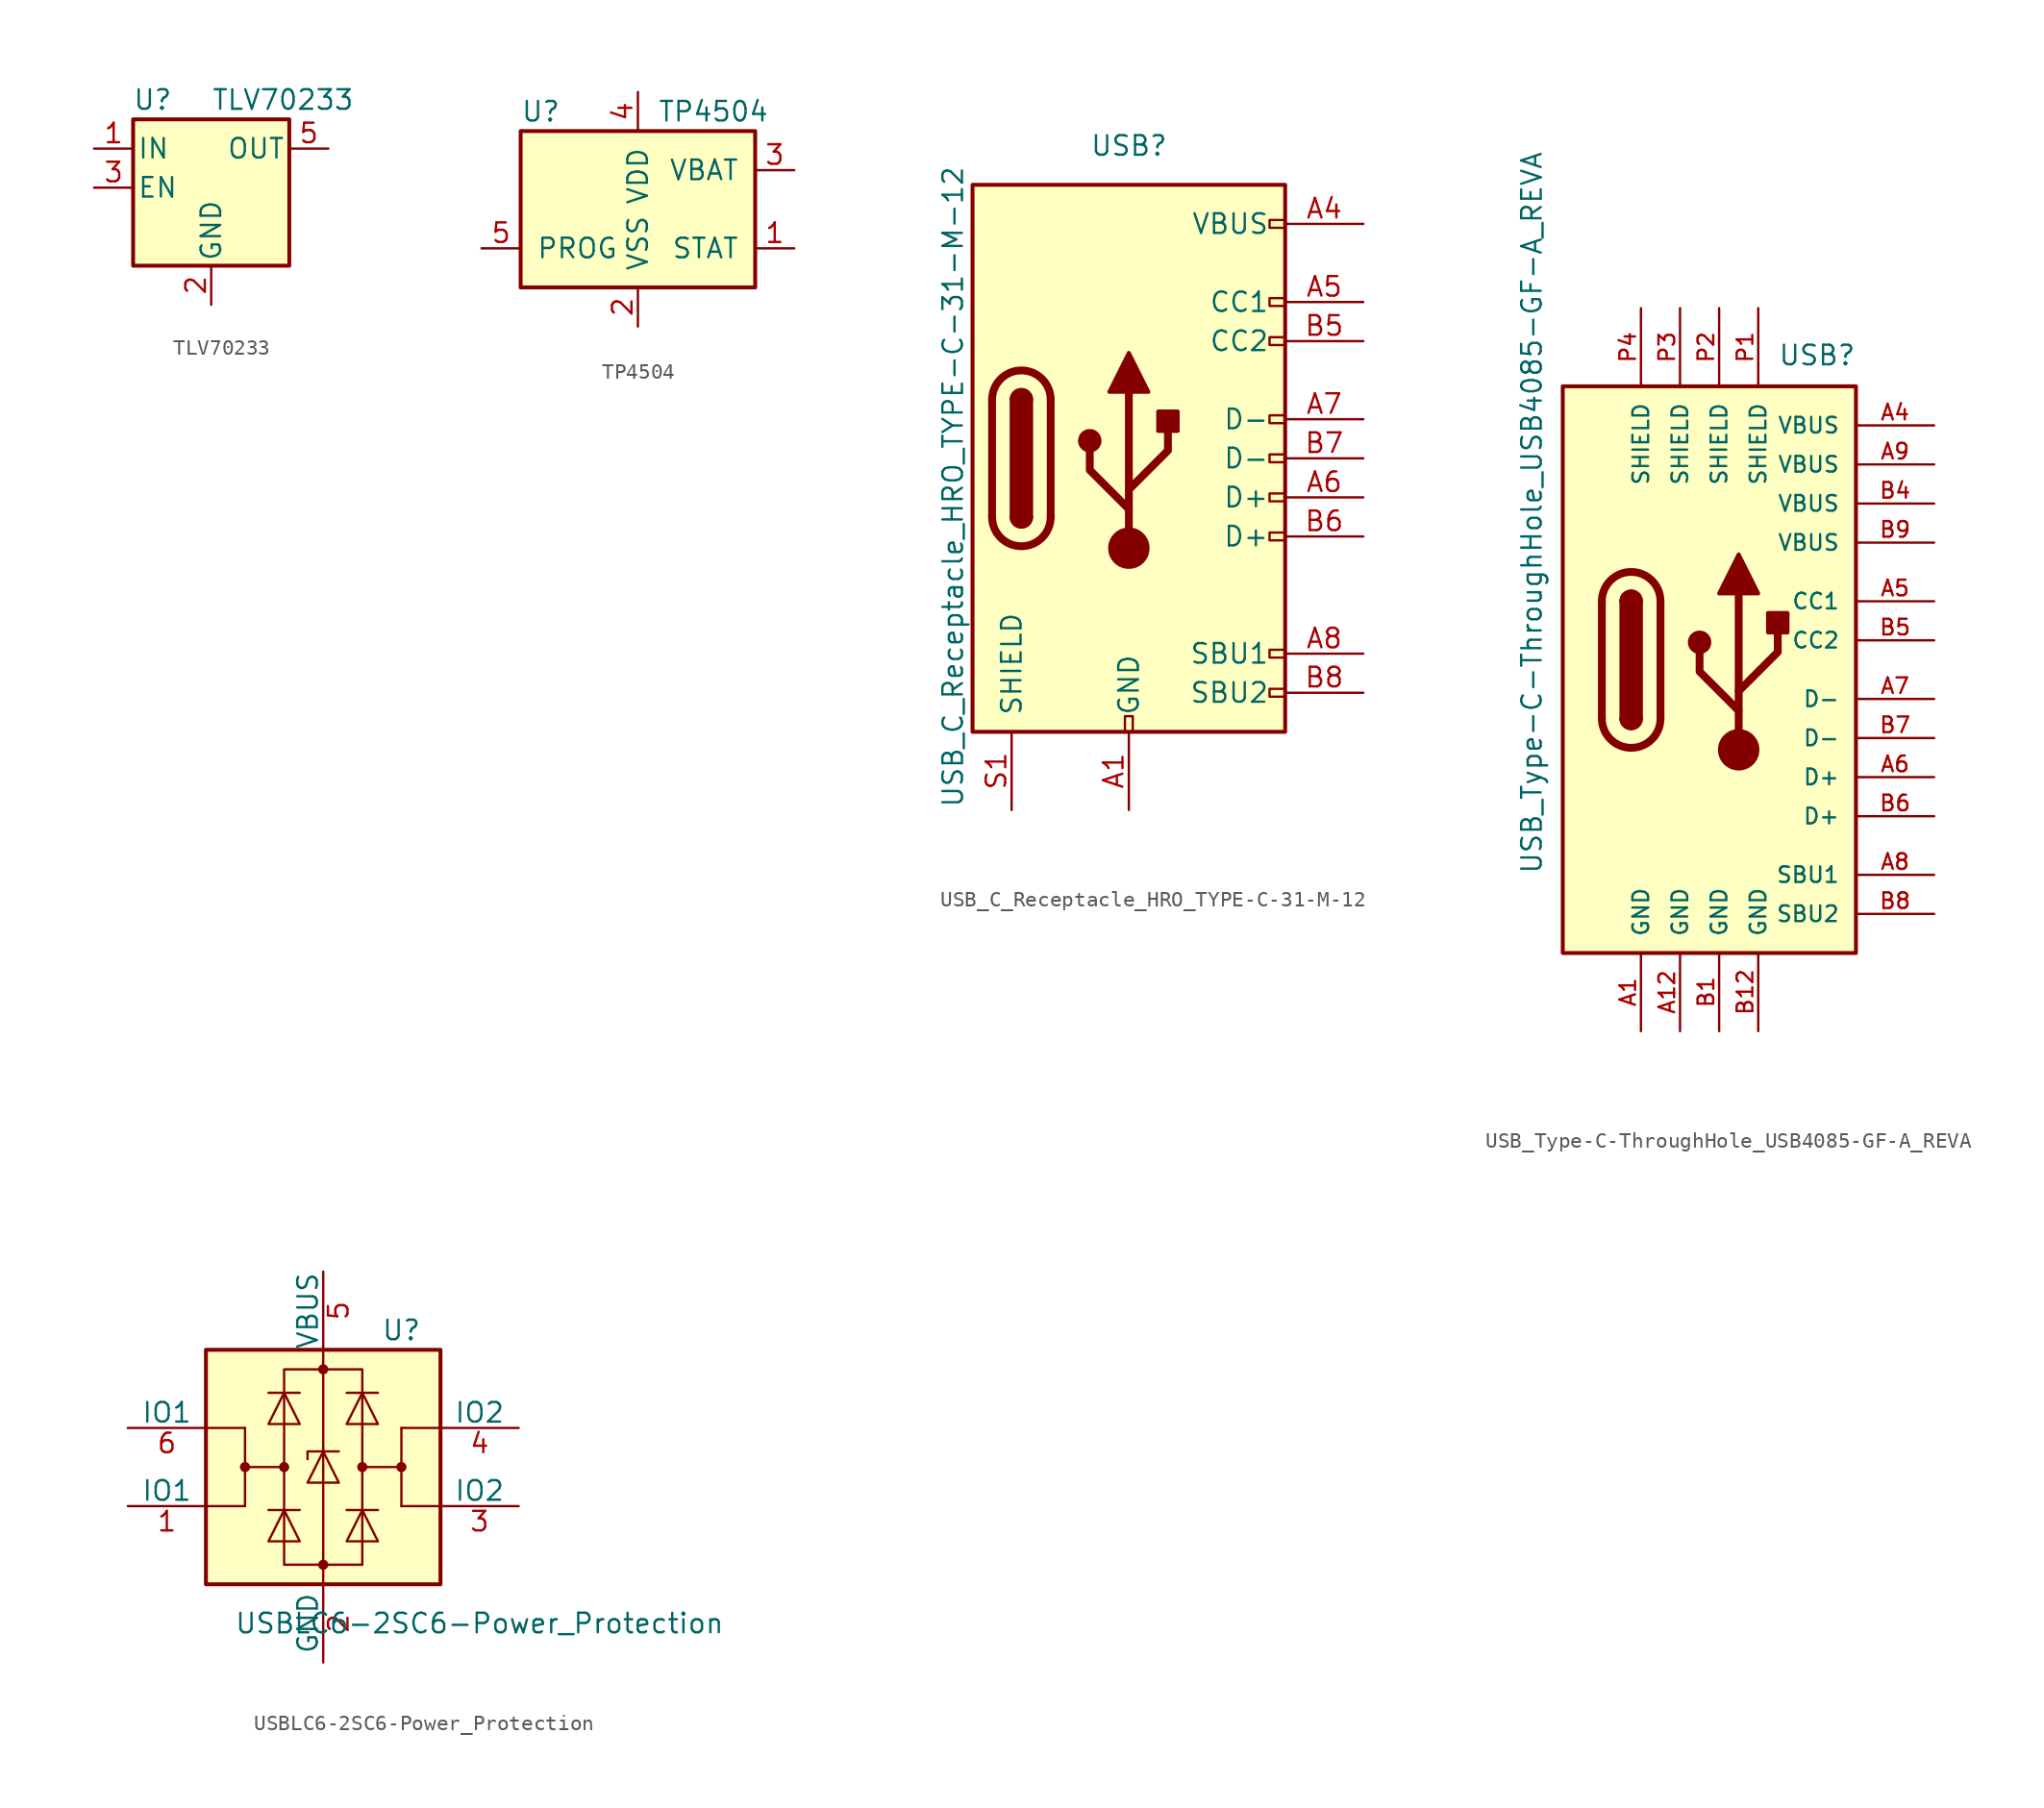
<source format=kicad_sym>
(kicad_symbol_lib
  (version 20201005)
  (generator kicad_symbol_editor)
  (symbol "arisutea-stm32:TLV70233"
    (pin_names
      (offset 0.254))
    (property "Reference" "U"
      (at -3.81 5.715 0)
      (effects (font (size 1.27 1.27))))
    (property "Value" "TLV70233"
      (at 0 5.715 0)
      (effects (font (size 1.27 1.27)) (justify left)))
    (symbol "TLV70233_0_1"
      (rectangle (start -5.08 4.445) (end 5.08 -5.08) (stroke (width 0.254)) (fill (type background))))
    (symbol "TLV70233_1_1"
      (pin power_in line (at -7.62 2.54 0) (length 2.54) (name "IN" (effects (font (size 1.27 1.27)))) (number "1" (effects (font (size 1.27 1.27)))))
      (pin power_in line (at 0 -7.62 90) (length 2.54) (name "GND" (effects (font (size 1.27 1.27)))) (number "2" (effects (font (size 1.27 1.27)))))
      (pin input line (at -7.62 0 0) (length 2.54) (name "EN" (effects (font (size 1.27 1.27)))) (number "3" (effects (font (size 1.27 1.27)))))
      (pin no_connect line (at 7.62 0 180) (length 2.54) hide (name "NC" (effects (font (size 1.27 1.27)))) (number "4" (effects (font (size 1.27 1.27)))))
      (pin power_out line (at 7.62 2.54 180) (length 2.54) (name "OUT" (effects (font (size 1.27 1.27)))) (number "5" (effects (font (size 1.27 1.27)))))))
  (symbol "arisutea-stm32:TP4504"
    (pin_names
      (offset 1.016))
    (property "Reference" "U"
      (at -7.62 6.35 0)
      (effects (font (size 1.27 1.27)) (justify left)))
    (property "Value" "TP4504"
      (at 1.27 6.35 0)
      (effects (font (size 1.27 1.27)) (justify left)))
    (symbol "TP4504_0_1"
      (rectangle (start -7.62 5.08) (end 7.62 -5.08) (stroke (width 0.254)) (fill (type background))))
    (symbol "TP4504_1_1"
      (pin output line (at 10.16 -2.54 180) (length 2.54) (name "STAT" (effects (font (size 1.27 1.27)))) (number "1" (effects (font (size 1.27 1.27)))))
      (pin power_in line (at 0 -7.62 90) (length 2.54) (name "VSS" (effects (font (size 1.27 1.27)))) (number "2" (effects (font (size 1.27 1.27)))))
      (pin power_out line (at 10.16 2.54 180) (length 2.54) (name "VBAT" (effects (font (size 1.27 1.27)))) (number "3" (effects (font (size 1.27 1.27)))))
      (pin power_in line (at 0 7.62 270) (length 2.54) (name "VDD" (effects (font (size 1.27 1.27)))) (number "4" (effects (font (size 1.27 1.27)))))
      (pin input line (at -10.16 -2.54 0) (length 2.54) (name "PROG" (effects (font (size 1.27 1.27)))) (number "5" (effects (font (size 1.27 1.27)))))))
  (symbol "arisutea-stm32:USB_C_Receptacle_HRO_TYPE-C-31-M-12"
    (pin_names
      (offset 1.016))
    (property "Reference" "USB"
      (at -2.54 20.32 0)
      (effects (font (size 1.27 1.27)) (justify left)))
    (property "Value" "USB_C_Receptacle_HRO_TYPE-C-31-M-12"
      (at -11.43 19.05 90)
      (effects (font (size 1.27 1.27)) (justify right)))
    (symbol "USB_C_Receptacle_HRO_TYPE-C-31-M-12_0_0"
      (rectangle (start -0.254 -17.78) (end 0.254 -16.764) (stroke (width 0)) (fill (type none)))
      (rectangle (start 10.16 -14.986) (end 9.144 -15.494) (stroke (width 0)) (fill (type none)))
      (rectangle (start 10.16 -12.446) (end 9.144 -12.954) (stroke (width 0)) (fill (type none)))
      (rectangle (start 10.16 -4.826) (end 9.144 -5.334) (stroke (width 0)) (fill (type none)))
      (rectangle (start 10.16 -2.286) (end 9.144 -2.794) (stroke (width 0)) (fill (type none)))
      (rectangle (start 10.16 0.254) (end 9.144 -0.254) (stroke (width 0)) (fill (type none)))
      (rectangle (start 10.16 2.794) (end 9.144 2.286) (stroke (width 0)) (fill (type none)))
      (rectangle (start 10.16 7.874) (end 9.144 7.366) (stroke (width 0)) (fill (type none)))
      (rectangle (start 10.16 10.414) (end 9.144 9.906) (stroke (width 0)) (fill (type none)))
      (rectangle (start 10.16 15.494) (end 9.144 14.986) (stroke (width 0)) (fill (type none))))
    (symbol "USB_C_Receptacle_HRO_TYPE-C-31-M-12_0_1"
      (arc (start -8.89 -3.81) (end -5.08 -3.81) (radius (at -6.985 -3.81) (length 1.905) (angles -179.9 -0.1)) (stroke (width 0.508)) (fill (type none)))
      (arc (start -7.62 -3.81) (end -6.35 -3.81) (radius (at -6.985 -3.81) (length 0.635) (angles -179.9 -0.1)) (stroke (width 0.254)) (fill (type none)))
      (arc (start -6.35 3.81) (end -7.62 3.81) (radius (at -6.985 3.81) (length 0.635) (angles 0.1 179.9)) (stroke (width 0.254)) (fill (type none)))
      (arc (start -5.08 3.81) (end -8.89 3.81) (radius (at -6.985 3.81) (length 1.905) (angles 0.1 179.9)) (stroke (width 0.508)) (fill (type none)))
      (arc (start -7.62 -3.81) (end -6.35 -3.81) (radius (at -6.985 -3.81) (length 0.635) (angles -179.9 -0.1)) (stroke (width 0.254)) (fill (type outline)))
      (arc (start -6.35 3.81) (end -7.62 3.81) (radius (at -6.985 3.81) (length 0.635) (angles 0.1 179.9)) (stroke (width 0.254)) (fill (type outline)))
      (circle (center -2.54 1.143) (radius 0.635) (stroke (width 0.254)) (fill (type outline)))
      (circle (center 0 -5.842) (radius 1.27) (stroke (width 0)) (fill (type outline)))
      (rectangle (start -7.62 -3.81) (end -6.35 3.81) (stroke (width 0.254)) (fill (type outline)))
      (rectangle (start 1.905 1.778) (end 3.175 3.048) (stroke (width 0.254)) (fill (type outline)))
      (rectangle (start -10.16 17.78) (end 10.16 -17.78) (stroke (width 0.254)) (fill (type background)))
      (polyline (pts (xy -8.89 -3.81) (xy -8.89 3.81)) (stroke (width 0.508)) (fill (type none)))
      (polyline (pts (xy -5.08 3.81) (xy -5.08 -3.81)) (stroke (width 0.508)) (fill (type none)))
      (polyline (pts (xy 0 -5.842) (xy 0 4.318)) (stroke (width 0.508)) (fill (type none)))
      (polyline (pts (xy 0 -3.302) (xy -2.54 -0.762) (xy -2.54 0.508)) (stroke (width 0.508)) (fill (type none)))
      (polyline (pts (xy 0 -2.032) (xy 2.54 0.508) (xy 2.54 1.778)) (stroke (width 0.508)) (fill (type none)))
      (polyline (pts (xy -1.27 4.318) (xy 0 6.858) (xy 1.27 4.318) (xy -1.27 4.318)) (stroke (width 0.254)) (fill (type outline))))
    (symbol "USB_C_Receptacle_HRO_TYPE-C-31-M-12_1_1"
      (pin power_out line (at 0 -22.86 90) (length 5.08) (name "GND" (effects (font (size 1.27 1.27)))) (number "A1" (effects (font (size 1.27 1.27)))))
      (pin passive line (at 0 -22.86 90) (length 5.08) hide (name "GND" (effects (font (size 1.27 1.27)))) (number "A12" (effects (font (size 1.27 1.27)))))
      (pin power_out line (at 15.24 15.24 180) (length 5.08) (name "VBUS" (effects (font (size 1.27 1.27)))) (number "A4" (effects (font (size 1.27 1.27)))))
      (pin bidirectional line (at 15.24 10.16 180) (length 5.08) (name "CC1" (effects (font (size 1.27 1.27)))) (number "A5" (effects (font (size 1.27 1.27)))))
      (pin bidirectional line (at 15.24 -2.54 180) (length 5.08) (name "D+" (effects (font (size 1.27 1.27)))) (number "A6" (effects (font (size 1.27 1.27)))))
      (pin bidirectional line (at 15.24 2.54 180) (length 5.08) (name "D-" (effects (font (size 1.27 1.27)))) (number "A7" (effects (font (size 1.27 1.27)))))
      (pin bidirectional line (at 15.24 -12.7 180) (length 5.08) (name "SBU1" (effects (font (size 1.27 1.27)))) (number "A8" (effects (font (size 1.27 1.27)))))
      (pin passive line (at 15.24 15.24 180) (length 5.08) hide (name "VBUS" (effects (font (size 1.27 1.27)))) (number "A9" (effects (font (size 1.27 1.27)))))
      (pin bidirectional line (at 15.24 7.62 180) (length 5.08) (name "CC2" (effects (font (size 1.27 1.27)))) (number "B5" (effects (font (size 1.27 1.27)))))
      (pin bidirectional line (at 15.24 -5.08 180) (length 5.08) (name "D+" (effects (font (size 1.27 1.27)))) (number "B6" (effects (font (size 1.27 1.27)))))
      (pin bidirectional line (at 15.24 0 180) (length 5.08) (name "D-" (effects (font (size 1.27 1.27)))) (number "B7" (effects (font (size 1.27 1.27)))))
      (pin bidirectional line (at 15.24 -15.24 180) (length 5.08) (name "SBU2" (effects (font (size 1.27 1.27)))) (number "B8" (effects (font (size 1.27 1.27)))))
      (pin passive line (at -7.62 -22.86 90) (length 5.08) (name "SHIELD" (effects (font (size 1.27 1.27)))) (number "S1" (effects (font (size 1.27 1.27)))))))
  (symbol "arisutea-stm32:USB_Type-C-ThroughHole_USB4085-GF-A_REVA"
    (pin_names
      (offset 1.016))
    (property "Reference" "USB"
      (at 5.08 19.05 0)
      (effects (font (size 1.27 1.27)) (justify left bottom)))
    (property "Value" "USB_Type-C-ThroughHole_USB4085-GF-A_REVA"
      (at -10.16 -13.97 90)
      (effects (font (size 1.27 1.27)) (justify left bottom)))
    (symbol "USB_Type-C-ThroughHole_USB4085-GF-A_REVA_0_0"
      (rectangle (start -8.89 -19.05) (end 10.16 17.78) (stroke (width 0.254)) (fill (type background)))
      (pin power_out line (at -3.81 -24.13 90) (length 5.08) (name "GND" (effects (font (size 1.016 1.016)))) (number "A1" (effects (font (size 1.016 1.016)))))
      (pin power_out line (at -1.27 -24.13 90) (length 5.08) (name "GND" (effects (font (size 1.016 1.016)))) (number "A12" (effects (font (size 1.016 1.016)))))
      (pin power_out line (at 15.24 15.24 180) (length 5.08) (name "VBUS" (effects (font (size 1.016 1.016)))) (number "A4" (effects (font (size 1.016 1.016)))))
      (pin bidirectional line (at 15.24 3.81 180) (length 5.08) (name "CC1" (effects (font (size 1.016 1.016)))) (number "A5" (effects (font (size 1.016 1.016)))))
      (pin bidirectional line (at 15.24 -7.62 180) (length 5.08) (name "D+" (effects (font (size 1.016 1.016)))) (number "A6" (effects (font (size 1.016 1.016)))))
      (pin bidirectional line (at 15.24 -2.54 180) (length 5.08) (name "D-" (effects (font (size 1.016 1.016)))) (number "A7" (effects (font (size 1.016 1.016)))))
      (pin bidirectional line (at 15.24 -13.97 180) (length 5.08) (name "SBU1" (effects (font (size 1.016 1.016)))) (number "A8" (effects (font (size 1.016 1.016)))))
      (pin power_out line (at 15.24 12.7 180) (length 5.08) (name "VBUS" (effects (font (size 1.016 1.016)))) (number "A9" (effects (font (size 1.016 1.016)))))
      (pin power_out line (at 1.27 -24.13 90) (length 5.08) (name "GND" (effects (font (size 1.016 1.016)))) (number "B1" (effects (font (size 1.016 1.016)))))
      (pin power_out line (at 3.81 -24.13 90) (length 5.08) (name "GND" (effects (font (size 1.016 1.016)))) (number "B12" (effects (font (size 1.016 1.016)))))
      (pin power_out line (at 15.24 10.16 180) (length 5.08) (name "VBUS" (effects (font (size 1.016 1.016)))) (number "B4" (effects (font (size 1.016 1.016)))))
      (pin bidirectional line (at 15.24 1.27 180) (length 5.08) (name "CC2" (effects (font (size 1.016 1.016)))) (number "B5" (effects (font (size 1.016 1.016)))))
      (pin bidirectional line (at 15.24 -10.16 180) (length 5.08) (name "D+" (effects (font (size 1.016 1.016)))) (number "B6" (effects (font (size 1.016 1.016)))))
      (pin bidirectional line (at 15.24 -5.08 180) (length 5.08) (name "D-" (effects (font (size 1.016 1.016)))) (number "B7" (effects (font (size 1.016 1.016)))))
      (pin bidirectional line (at 15.24 -16.51 180) (length 5.08) (name "SBU2" (effects (font (size 1.016 1.016)))) (number "B8" (effects (font (size 1.016 1.016)))))
      (pin power_out line (at 15.24 7.62 180) (length 5.08) (name "VBUS" (effects (font (size 1.016 1.016)))) (number "B9" (effects (font (size 1.016 1.016)))))
      (pin passive line (at 3.81 22.86 270) (length 5.08) (name "SHIELD" (effects (font (size 1.016 1.016)))) (number "P1" (effects (font (size 1.016 1.016)))))
      (pin passive line (at 1.27 22.86 270) (length 5.08) (name "SHIELD" (effects (font (size 1.016 1.016)))) (number "P2" (effects (font (size 1.016 1.016)))))
      (pin passive line (at -1.27 22.86 270) (length 5.08) (name "SHIELD" (effects (font (size 1.016 1.016)))) (number "P3" (effects (font (size 1.016 1.016)))))
      (pin passive line (at -3.81 22.86 270) (length 5.08) (name "SHIELD" (effects (font (size 1.016 1.016)))) (number "P4" (effects (font (size 1.016 1.016))))))
    (symbol "USB_Type-C-ThroughHole_USB4085-GF-A_REVA_1_1"
      (arc (start -6.35 -3.81) (end -2.54 -3.81) (radius (at -4.445 -3.81) (length 1.905) (angles -179.9 -0.1)) (stroke (width 0.508)) (fill (type none)))
      (arc (start -5.08 -3.81) (end -3.81 -3.81) (radius (at -4.445 -3.81) (length 0.635) (angles -179.9 -0.1)) (stroke (width 0.254)) (fill (type none)))
      (arc (start -3.81 3.81) (end -5.08 3.81) (radius (at -4.445 3.81) (length 0.635) (angles 0.1 179.9)) (stroke (width 0.254)) (fill (type none)))
      (arc (start -2.54 3.81) (end -6.35 3.81) (radius (at -4.445 3.81) (length 1.905) (angles 0.1 179.9)) (stroke (width 0.508)) (fill (type none)))
      (arc (start -5.08 -3.81) (end -3.81 -3.81) (radius (at -4.445 -3.81) (length 0.635) (angles -179.9 -0.1)) (stroke (width 0.254)) (fill (type outline)))
      (arc (start -3.81 3.81) (end -5.08 3.81) (radius (at -4.445 3.81) (length 0.635) (angles 0.1 179.9)) (stroke (width 0.254)) (fill (type outline)))
      (circle (center 0 1.143) (radius 0.635) (stroke (width 0.254)) (fill (type outline)))
      (circle (center 2.54 -5.842) (radius 1.27) (stroke (width 0)) (fill (type outline)))
      (rectangle (start -5.08 -3.81) (end -3.81 3.81) (stroke (width 0.254)) (fill (type outline)))
      (rectangle (start 4.445 1.778) (end 5.715 3.048) (stroke (width 0.254)) (fill (type outline)))
      (polyline (pts (xy -6.35 -3.81) (xy -6.35 3.81)) (stroke (width 0.508)) (fill (type none)))
      (polyline (pts (xy -2.54 3.81) (xy -2.54 -3.81)) (stroke (width 0.508)) (fill (type none)))
      (polyline (pts (xy 2.54 -5.842) (xy 2.54 4.318)) (stroke (width 0.508)) (fill (type none)))
      (polyline (pts (xy 2.54 -3.302) (xy 0 -0.762) (xy 0 0.508)) (stroke (width 0.508)) (fill (type none)))
      (polyline (pts (xy 2.54 -2.032) (xy 5.08 0.508) (xy 5.08 1.778)) (stroke (width 0.508)) (fill (type none)))
      (polyline (pts (xy 1.27 4.318) (xy 2.54 6.858) (xy 3.81 4.318) (xy 1.27 4.318)) (stroke (width 0.254)) (fill (type outline)))))
  (symbol "arisutea-stm32:USBLC6-2SC6-Power_Protection"
    (pin_names
      (offset 0))
    (property "Reference" "U"
      (at 5.08 8.89 0)
      (effects (font (size 1.27 1.27))))
    (property "Value" "USBLC6-2SC6-Power_Protection"
      (at 10.16 -10.16 0)
      (effects (font (size 1.27 1.27))))
    (symbol "USBLC6-2SC6-Power_Protection_0_1"
      (circle (center -5.08 0) (radius 0.254) (stroke (width 0)) (fill (type outline)))
      (circle (center -2.54 0) (radius 0.254) (stroke (width 0)) (fill (type outline)))
      (circle (center 0 -6.35) (radius 0.254) (stroke (width 0)) (fill (type outline)))
      (circle (center 0 6.35) (radius 0.254) (stroke (width 0)) (fill (type outline)))
      (circle (center 2.54 0) (radius 0.254) (stroke (width 0)) (fill (type outline)))
      (circle (center 5.08 0) (radius 0.254) (stroke (width 0)) (fill (type outline)))
      (rectangle (start -2.54 6.35) (end 2.54 -6.35) (stroke (width 0)) (fill (type none)))
      (rectangle (start -7.62 -7.62) (end 7.62 7.62) (stroke (width 0.254)) (fill (type background)))
      (polyline (pts (xy -5.08 -2.54) (xy -7.62 -2.54)) (stroke (width 0)) (fill (type none)))
      (polyline (pts (xy -5.08 0) (xy -5.08 -2.54)) (stroke (width 0)) (fill (type none)))
      (polyline (pts (xy -5.08 2.54) (xy -7.62 2.54)) (stroke (width 0)) (fill (type none)))
      (polyline (pts (xy -1.524 -2.794) (xy -3.556 -2.794)) (stroke (width 0)) (fill (type none)))
      (polyline (pts (xy -1.524 4.826) (xy -3.556 4.826)) (stroke (width 0)) (fill (type none)))
      (polyline (pts (xy 0 -7.62) (xy 0 -6.35)) (stroke (width 0)) (fill (type none)))
      (polyline (pts (xy 0 -6.35) (xy 0 1.27)) (stroke (width 0)) (fill (type none)))
      (polyline (pts (xy 0 1.27) (xy 0 6.35)) (stroke (width 0)) (fill (type none)))
      (polyline (pts (xy 0 6.35) (xy 0 7.62)) (stroke (width 0)) (fill (type none)))
      (polyline (pts (xy 1.524 -2.794) (xy 3.556 -2.794)) (stroke (width 0)) (fill (type none)))
      (polyline (pts (xy 1.524 4.826) (xy 3.556 4.826)) (stroke (width 0)) (fill (type none)))
      (polyline (pts (xy 5.08 -2.54) (xy 7.62 -2.54)) (stroke (width 0)) (fill (type none)))
      (polyline (pts (xy 5.08 0) (xy 5.08 -2.54)) (stroke (width 0)) (fill (type none)))
      (polyline (pts (xy 5.08 2.54) (xy 7.62 2.54)) (stroke (width 0)) (fill (type none)))
      (polyline (pts (xy -2.54 0) (xy -5.08 0) (xy -5.08 2.54)) (stroke (width 0)) (fill (type none)))
      (polyline (pts (xy 2.54 0) (xy 5.08 0) (xy 5.08 2.54)) (stroke (width 0)) (fill (type none)))
      (polyline (pts (xy -3.556 -4.826) (xy -1.524 -4.826) (xy -2.54 -2.794) (xy -3.556 -4.826)) (stroke (width 0)) (fill (type none)))
      (polyline (pts (xy -3.556 2.794) (xy -1.524 2.794) (xy -2.54 4.826) (xy -3.556 2.794)) (stroke (width 0)) (fill (type none)))
      (polyline (pts (xy -1.016 -1.016) (xy 1.016 -1.016) (xy 0 1.016) (xy -1.016 -1.016)) (stroke (width 0)) (fill (type none)))
      (polyline (pts (xy 1.016 1.016) (xy 0.762 1.016) (xy -1.016 1.016) (xy -1.016 0.508)) (stroke (width 0)) (fill (type none)))
      (polyline (pts (xy 3.556 -4.826) (xy 1.524 -4.826) (xy 2.54 -2.794) (xy 3.556 -4.826)) (stroke (width 0)) (fill (type none)))
      (polyline (pts (xy 3.556 2.794) (xy 1.524 2.794) (xy 2.54 4.826) (xy 3.556 2.794)) (stroke (width 0)) (fill (type none))))
    (symbol "USBLC6-2SC6-Power_Protection_1_1"
      (pin passive line (at -12.7 -2.54 0) (length 5.08) (name "IO1" (effects (font (size 1.27 1.27)))) (number "1" (effects (font (size 1.27 1.27)))))
      (pin passive line (at 0 -12.7 90) (length 5.08) (name "GND" (effects (font (size 1.27 1.27)))) (number "2" (effects (font (size 1.27 1.27)))))
      (pin passive line (at 12.7 -2.54 180) (length 5.08) (name "IO2" (effects (font (size 1.27 1.27)))) (number "3" (effects (font (size 1.27 1.27)))))
      (pin passive line (at 12.7 2.54 180) (length 5.08) (name "IO2" (effects (font (size 1.27 1.27)))) (number "4" (effects (font (size 1.27 1.27)))))
      (pin passive line (at 0 12.7 270) (length 5.08) (name "VBUS" (effects (font (size 1.27 1.27)))) (number "5" (effects (font (size 1.27 1.27)))))
      (pin passive line (at -12.7 2.54 0) (length 5.08) (name "IO1" (effects (font (size 1.27 1.27)))) (number "6" (effects (font (size 1.27 1.27))))))))
</source>
